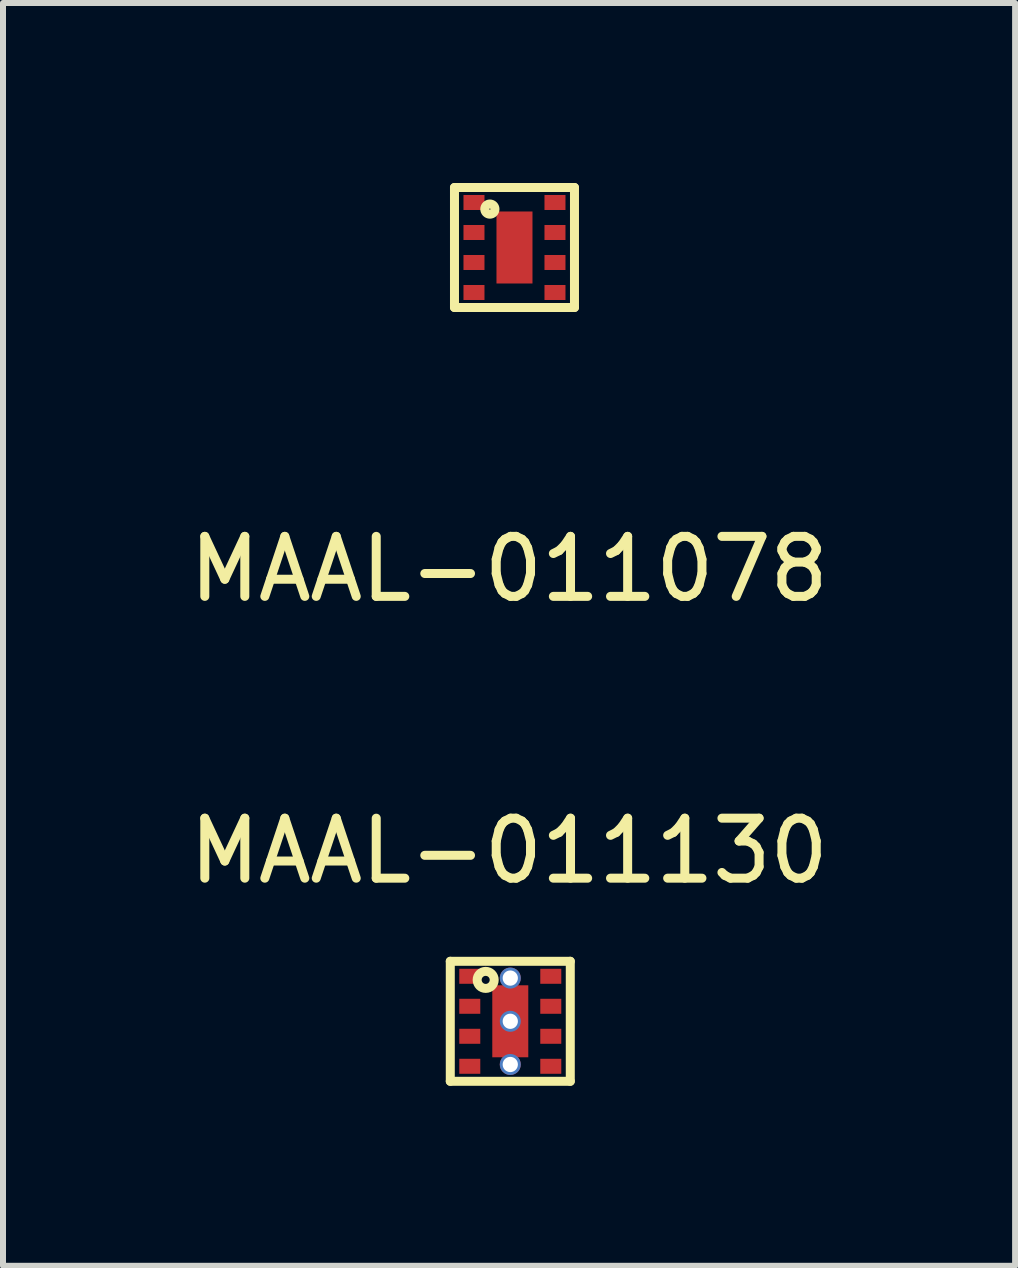
<source format=kicad_pcb>
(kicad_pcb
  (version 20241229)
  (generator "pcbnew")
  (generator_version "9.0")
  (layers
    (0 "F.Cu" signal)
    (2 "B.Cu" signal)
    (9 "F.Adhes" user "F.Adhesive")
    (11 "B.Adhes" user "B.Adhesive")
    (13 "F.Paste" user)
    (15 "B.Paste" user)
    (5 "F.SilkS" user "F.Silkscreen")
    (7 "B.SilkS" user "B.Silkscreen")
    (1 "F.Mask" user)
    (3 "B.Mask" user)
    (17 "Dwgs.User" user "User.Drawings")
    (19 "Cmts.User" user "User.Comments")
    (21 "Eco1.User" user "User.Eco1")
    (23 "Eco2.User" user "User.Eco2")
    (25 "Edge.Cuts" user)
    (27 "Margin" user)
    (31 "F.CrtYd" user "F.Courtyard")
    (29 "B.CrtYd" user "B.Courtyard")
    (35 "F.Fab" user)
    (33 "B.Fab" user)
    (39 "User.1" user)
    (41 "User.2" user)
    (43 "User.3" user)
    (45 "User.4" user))
  (footprint "MAAL-011130"
    (layer "F.Cu")
    (at 5.455 13.972)
    (property "Reference" "MAAL-011130" (at -0.02 -2.84 0) (layer "F.SilkS") (effects (font (size 1 1) (thickness 0.15))))
    (attr through_hole)
    (fp_line (start -1 -1) (end -1 1) (stroke (width 0.15) (type solid)) (layer "F.SilkS"))
    (fp_line (start -1 1) (end 1 1) (stroke (width 0.15) (type solid)) (layer "F.SilkS"))
    (fp_line (start 1 -1) (end -1 -1) (stroke (width 0.15) (type solid)) (layer "F.SilkS"))
    (fp_line (start 1 1) (end 1 -1) (stroke (width 0.15) (type solid)) (layer "F.SilkS"))
    (fp_circle (center -0.41 -0.69) (end -0.35 -0.66) (stroke (width 0.15) (type solid)) (fill no) (layer "F.SilkS"))
    (pad "1" smd rect (at -0.675 -0.75) (size 0.35 0.25) (layers "F.Cu" "F.Mask" "F.Paste"))
    (pad "2" smd rect (at -0.675 -0.25) (size 0.35 0.25) (layers "F.Cu" "F.Mask" "F.Paste"))
    (pad "3" smd rect (at -0.675 0.25) (size 0.35 0.25) (layers "F.Cu" "F.Mask" "F.Paste"))
    (pad "4" smd rect (at -0.675 0.75) (size 0.35 0.25) (layers "F.Cu" "F.Mask" "F.Paste"))
    (pad "5" smd rect (at 0.675 0.75) (size 0.35 0.25) (layers "F.Cu" "F.Mask" "F.Paste"))
    (pad "6" smd rect (at 0.675 0.25) (size 0.35 0.25) (layers "F.Cu" "F.Mask" "F.Paste"))
    (pad "7" smd rect (at 0.675 -0.25) (size 0.35 0.25) (layers "F.Cu" "F.Mask" "F.Paste"))
    (pad "8" thru_hole circle (at 0 -0.72) (size 0.35 0.35) (drill 0.254) (layers "*.Cu"))
    (pad "8" thru_hole circle (at 0 0) (size 0.35 0.35) (drill 0.254) (layers "*.Cu"))
    (pad "8" smd rect (at 0 0) (size 0.6 1.2) (layers "F.Cu" "F.Mask" "F.Paste"))
    (pad "8" thru_hole circle (at 0 0.72) (size 0.35 0.35) (drill 0.254) (layers "*.Cu"))
    (pad "8" smd rect (at 0.675 -0.75) (size 0.35 0.25) (layers "F.Cu" "F.Mask" "F.Paste")))
  (footprint "MAAL-011078"
    (layer "F.Cu")
    (at 5.525 1.075)
    (property "Reference" "MAAL-011078" (at -0.09 5.36 0) (layer "F.SilkS") (effects (font (size 1 1) (thickness 0.15))))
    (attr through_hole)
    (fp_line (start -1 -1) (end -1 1) (stroke (width 0.15) (type solid)) (layer "F.SilkS"))
    (fp_line (start -1 1) (end 1 1) (stroke (width 0.15) (type solid)) (layer "F.SilkS"))
    (fp_line (start 1 -1) (end -1 -1) (stroke (width 0.15) (type solid)) (layer "F.SilkS"))
    (fp_line (start 1 1) (end 1 -1) (stroke (width 0.15) (type solid)) (layer "F.SilkS"))
    (fp_circle (center -0.41 -0.64) (end -0.35 -0.58) (stroke (width 0.15) (type solid)) (fill no) (layer "F.SilkS"))
    (pad "1" smd rect (at -0.675 -0.75) (size 0.35 0.25) (layers "F.Cu" "F.Mask" "F.Paste"))
    (pad "2" smd rect (at -0.675 -0.25) (size 0.35 0.25) (layers "F.Cu" "F.Mask" "F.Paste"))
    (pad "3" smd rect (at -0.675 0.25) (size 0.35 0.25) (layers "F.Cu" "F.Mask" "F.Paste"))
    (pad "4" smd rect (at -0.675 0.75) (size 0.35 0.25) (layers "F.Cu" "F.Mask" "F.Paste"))
    (pad "5" smd rect (at 0.675 0.75) (size 0.35 0.25) (layers "F.Cu" "F.Mask" "F.Paste"))
    (pad "6" smd rect (at 0.675 0.25) (size 0.35 0.25) (layers "F.Cu" "F.Mask" "F.Paste"))
    (pad "7" smd rect (at 0.675 -0.25) (size 0.35 0.25) (layers "F.Cu" "F.Mask" "F.Paste"))
    (pad "8" smd rect (at 0.675 -0.75) (size 0.35 0.25) (layers "F.Cu" "F.Mask" "F.Paste"))
    (pad "9" smd rect (at 0 0) (size 0.6 1.2) (layers "F.Cu" "F.Mask" "F.Paste")))
  (gr_rect
    (start -3 -3)
    (end 13.869 18.047)
    (stroke (width 0.1) (type default))
    (fill no)
    (layer "Edge.Cuts")))
</source>
